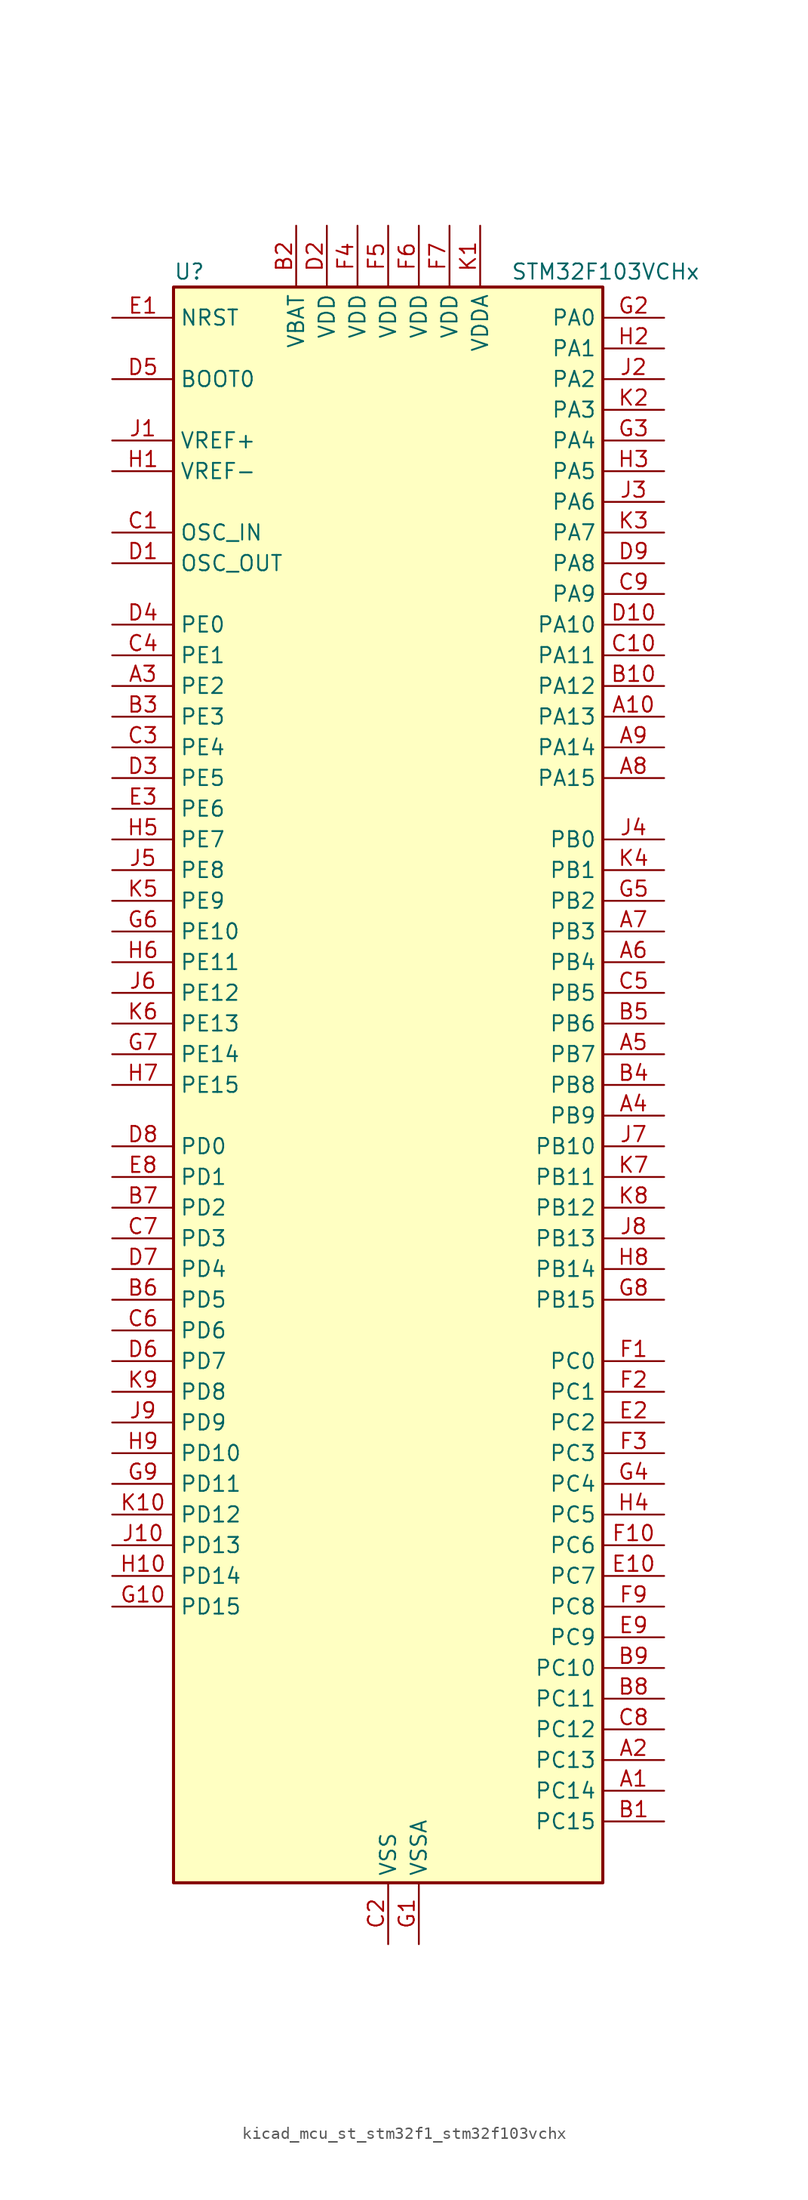
<source format=kicad_sym>
(kicad_symbol_lib
  (version 20220914)
  (generator kicad_symbol_editor)
  (symbol "kicad_mcu_st_stm32f1_stm32f103vchx"
    (property "Reference" "U"
      (at -17.78 67.31 0)
      (effects (font (size 1.27 1.27)) (justify left)))
    (property "Value" "STM32F103VCHx"
      (at 10.16 67.31 0)
      (effects (font (size 1.27 1.27)) (justify left)))
    (property "ki_locked" ""
      (at 0 0 0)
      (effects (font (size 1.27 1.27))))
    (symbol "kicad_mcu_st_stm32f1_stm32f103vchx_0_1"
      (rectangle (start -17.78 -66.04) (end 17.78 66.04) (stroke (width 0.254) (type default)) (fill (type background))))
    (symbol "kicad_mcu_st_stm32f1_stm32f103vchx_1_1"
      (pin bidirectional line (at 22.86 -58.42 180) (length 5.08) (name "PC14" (effects (font (size 1.27 1.27)))) (number "A1" (effects (font (size 1.27 1.27)))) (alternate "RCC_OSC32_IN" bidirectional line))
      (pin bidirectional line (at 22.86 30.48 180) (length 5.08) (name "PA13" (effects (font (size 1.27 1.27)))) (number "A10" (effects (font (size 1.27 1.27)))) (alternate "SYS_JTMS-SWDIO" bidirectional line))
      (pin bidirectional line (at 22.86 -55.88 180) (length 5.08) (name "PC13" (effects (font (size 1.27 1.27)))) (number "A2" (effects (font (size 1.27 1.27)))) (alternate "RTC_OUT" bidirectional line) (alternate "RTC_TAMPER" bidirectional line))
      (pin bidirectional line (at -22.86 33.02 0) (length 5.08) (name "PE2" (effects (font (size 1.27 1.27)))) (number "A3" (effects (font (size 1.27 1.27)))) (alternate "FSMC_A23" bidirectional line) (alternate "SYS_TRACECLK" bidirectional line))
      (pin bidirectional line (at 22.86 -2.54 180) (length 5.08) (name "PB9" (effects (font (size 1.27 1.27)))) (number "A4" (effects (font (size 1.27 1.27)))) (alternate "CAN_TX" bidirectional line) (alternate "DAC_EXTI9" bidirectional line) (alternate "I2C1_SDA" bidirectional line) (alternate "SDIO_D5" bidirectional line) (alternate "TIM4_CH4" bidirectional line))
      (pin bidirectional line (at 22.86 2.54 180) (length 5.08) (name "PB7" (effects (font (size 1.27 1.27)))) (number "A5" (effects (font (size 1.27 1.27)))) (alternate "FSMC_NL" bidirectional line) (alternate "I2C1_SDA" bidirectional line) (alternate "TIM4_CH2" bidirectional line) (alternate "USART1_RX" bidirectional line))
      (pin bidirectional line (at 22.86 10.16 180) (length 5.08) (name "PB4" (effects (font (size 1.27 1.27)))) (number "A6" (effects (font (size 1.27 1.27)))) (alternate "SPI1_MISO" bidirectional line) (alternate "SPI3_MISO" bidirectional line) (alternate "SYS_NJTRST" bidirectional line) (alternate "TIM3_CH1" bidirectional line))
      (pin bidirectional line (at 22.86 12.7 180) (length 5.08) (name "PB3" (effects (font (size 1.27 1.27)))) (number "A7" (effects (font (size 1.27 1.27)))) (alternate "I2S3_CK" bidirectional line) (alternate "SPI1_SCK" bidirectional line) (alternate "SPI3_SCK" bidirectional line) (alternate "SYS_JTDO-TRACESWO" bidirectional line) (alternate "TIM2_CH2" bidirectional line))
      (pin bidirectional line (at 22.86 25.4 180) (length 5.08) (name "PA15" (effects (font (size 1.27 1.27)))) (number "A8" (effects (font (size 1.27 1.27)))) (alternate "ADC1_EXTI15" bidirectional line) (alternate "ADC2_EXTI15" bidirectional line) (alternate "I2S3_WS" bidirectional line) (alternate "SPI1_NSS" bidirectional line) (alternate "SPI3_NSS" bidirectional line) (alternate "SYS_JTDI" bidirectional line) (alternate "TIM2_CH1" bidirectional line) (alternate "TIM2_ETR" bidirectional line))
      (pin bidirectional line (at 22.86 27.94 180) (length 5.08) (name "PA14" (effects (font (size 1.27 1.27)))) (number "A9" (effects (font (size 1.27 1.27)))) (alternate "SYS_JTCK-SWCLK" bidirectional line))
      (pin bidirectional line (at 22.86 -60.96 180) (length 5.08) (name "PC15" (effects (font (size 1.27 1.27)))) (number "B1" (effects (font (size 1.27 1.27)))) (alternate "ADC1_EXTI15" bidirectional line) (alternate "ADC2_EXTI15" bidirectional line) (alternate "RCC_OSC32_OUT" bidirectional line))
      (pin bidirectional line (at 22.86 33.02 180) (length 5.08) (name "PA12" (effects (font (size 1.27 1.27)))) (number "B10" (effects (font (size 1.27 1.27)))) (alternate "CAN_TX" bidirectional line) (alternate "TIM1_ETR" bidirectional line) (alternate "USART1_RTS" bidirectional line) (alternate "USB_DP" bidirectional line))
      (pin power_in line (at -7.62 71.12 270) (length 5.08) (name "VBAT" (effects (font (size 1.27 1.27)))) (number "B2" (effects (font (size 1.27 1.27)))))
      (pin bidirectional line (at -22.86 30.48 0) (length 5.08) (name "PE3" (effects (font (size 1.27 1.27)))) (number "B3" (effects (font (size 1.27 1.27)))) (alternate "FSMC_A19" bidirectional line) (alternate "SYS_TRACED0" bidirectional line))
      (pin bidirectional line (at 22.86 0 180) (length 5.08) (name "PB8" (effects (font (size 1.27 1.27)))) (number "B4" (effects (font (size 1.27 1.27)))) (alternate "CAN_RX" bidirectional line) (alternate "I2C1_SCL" bidirectional line) (alternate "SDIO_D4" bidirectional line) (alternate "TIM4_CH3" bidirectional line))
      (pin bidirectional line (at 22.86 5.08 180) (length 5.08) (name "PB6" (effects (font (size 1.27 1.27)))) (number "B5" (effects (font (size 1.27 1.27)))) (alternate "I2C1_SCL" bidirectional line) (alternate "TIM4_CH1" bidirectional line) (alternate "USART1_TX" bidirectional line))
      (pin bidirectional line (at -22.86 -17.78 0) (length 5.08) (name "PD5" (effects (font (size 1.27 1.27)))) (number "B6" (effects (font (size 1.27 1.27)))) (alternate "FSMC_NWE" bidirectional line) (alternate "USART2_TX" bidirectional line))
      (pin bidirectional line (at -22.86 -10.16 0) (length 5.08) (name "PD2" (effects (font (size 1.27 1.27)))) (number "B7" (effects (font (size 1.27 1.27)))) (alternate "SDIO_CMD" bidirectional line) (alternate "TIM3_ETR" bidirectional line) (alternate "UART5_RX" bidirectional line))
      (pin bidirectional line (at 22.86 -50.8 180) (length 5.08) (name "PC11" (effects (font (size 1.27 1.27)))) (number "B8" (effects (font (size 1.27 1.27)))) (alternate "ADC1_EXTI11" bidirectional line) (alternate "ADC2_EXTI11" bidirectional line) (alternate "SDIO_D3" bidirectional line) (alternate "UART4_RX" bidirectional line) (alternate "USART3_RX" bidirectional line))
      (pin bidirectional line (at 22.86 -48.26 180) (length 5.08) (name "PC10" (effects (font (size 1.27 1.27)))) (number "B9" (effects (font (size 1.27 1.27)))) (alternate "SDIO_D2" bidirectional line) (alternate "UART4_TX" bidirectional line) (alternate "USART3_TX" bidirectional line))
      (pin input line (at -22.86 45.72 0) (length 5.08) (name "OSC_IN" (effects (font (size 1.27 1.27)))) (number "C1" (effects (font (size 1.27 1.27)))) (alternate "RCC_OSC_IN" bidirectional line))
      (pin bidirectional line (at 22.86 35.56 180) (length 5.08) (name "PA11" (effects (font (size 1.27 1.27)))) (number "C10" (effects (font (size 1.27 1.27)))) (alternate "ADC1_EXTI11" bidirectional line) (alternate "ADC2_EXTI11" bidirectional line) (alternate "CAN_RX" bidirectional line) (alternate "TIM1_CH4" bidirectional line) (alternate "USART1_CTS" bidirectional line) (alternate "USB_DM" bidirectional line))
      (pin power_in line (at 0 -71.12 90) (length 5.08) (name "VSS" (effects (font (size 1.27 1.27)))) (number "C2" (effects (font (size 1.27 1.27)))))
      (pin bidirectional line (at -22.86 27.94 0) (length 5.08) (name "PE4" (effects (font (size 1.27 1.27)))) (number "C3" (effects (font (size 1.27 1.27)))) (alternate "FSMC_A20" bidirectional line) (alternate "SYS_TRACED1" bidirectional line))
      (pin bidirectional line (at -22.86 35.56 0) (length 5.08) (name "PE1" (effects (font (size 1.27 1.27)))) (number "C4" (effects (font (size 1.27 1.27)))) (alternate "FSMC_NBL1" bidirectional line))
      (pin bidirectional line (at 22.86 7.62 180) (length 5.08) (name "PB5" (effects (font (size 1.27 1.27)))) (number "C5" (effects (font (size 1.27 1.27)))) (alternate "I2C1_SMBA" bidirectional line) (alternate "I2S3_SD" bidirectional line) (alternate "SPI1_MOSI" bidirectional line) (alternate "SPI3_MOSI" bidirectional line) (alternate "TIM3_CH2" bidirectional line))
      (pin bidirectional line (at -22.86 -20.32 0) (length 5.08) (name "PD6" (effects (font (size 1.27 1.27)))) (number "C6" (effects (font (size 1.27 1.27)))) (alternate "FSMC_NWAIT" bidirectional line) (alternate "USART2_RX" bidirectional line))
      (pin bidirectional line (at -22.86 -12.7 0) (length 5.08) (name "PD3" (effects (font (size 1.27 1.27)))) (number "C7" (effects (font (size 1.27 1.27)))) (alternate "FSMC_CLK" bidirectional line) (alternate "USART2_CTS" bidirectional line))
      (pin bidirectional line (at 22.86 -53.34 180) (length 5.08) (name "PC12" (effects (font (size 1.27 1.27)))) (number "C8" (effects (font (size 1.27 1.27)))) (alternate "SDIO_CK" bidirectional line) (alternate "UART5_TX" bidirectional line) (alternate "USART3_CK" bidirectional line))
      (pin bidirectional line (at 22.86 40.64 180) (length 5.08) (name "PA9" (effects (font (size 1.27 1.27)))) (number "C9" (effects (font (size 1.27 1.27)))) (alternate "DAC_EXTI9" bidirectional line) (alternate "TIM1_CH2" bidirectional line) (alternate "USART1_TX" bidirectional line))
      (pin input line (at -22.86 43.18 0) (length 5.08) (name "OSC_OUT" (effects (font (size 1.27 1.27)))) (number "D1" (effects (font (size 1.27 1.27)))) (alternate "RCC_OSC_OUT" bidirectional line))
      (pin bidirectional line (at 22.86 38.1 180) (length 5.08) (name "PA10" (effects (font (size 1.27 1.27)))) (number "D10" (effects (font (size 1.27 1.27)))) (alternate "TIM1_CH3" bidirectional line) (alternate "USART1_RX" bidirectional line))
      (pin power_in line (at -5.08 71.12 270) (length 5.08) (name "VDD" (effects (font (size 1.27 1.27)))) (number "D2" (effects (font (size 1.27 1.27)))))
      (pin bidirectional line (at -22.86 25.4 0) (length 5.08) (name "PE5" (effects (font (size 1.27 1.27)))) (number "D3" (effects (font (size 1.27 1.27)))) (alternate "FSMC_A21" bidirectional line) (alternate "SYS_TRACED2" bidirectional line))
      (pin bidirectional line (at -22.86 38.1 0) (length 5.08) (name "PE0" (effects (font (size 1.27 1.27)))) (number "D4" (effects (font (size 1.27 1.27)))) (alternate "FSMC_NBL0" bidirectional line) (alternate "TIM4_ETR" bidirectional line))
      (pin input line (at -22.86 58.42 0) (length 5.08) (name "BOOT0" (effects (font (size 1.27 1.27)))) (number "D5" (effects (font (size 1.27 1.27)))))
      (pin bidirectional line (at -22.86 -22.86 0) (length 5.08) (name "PD7" (effects (font (size 1.27 1.27)))) (number "D6" (effects (font (size 1.27 1.27)))) (alternate "FSMC_NCE2" bidirectional line) (alternate "FSMC_NE1" bidirectional line) (alternate "USART2_CK" bidirectional line))
      (pin bidirectional line (at -22.86 -15.24 0) (length 5.08) (name "PD4" (effects (font (size 1.27 1.27)))) (number "D7" (effects (font (size 1.27 1.27)))) (alternate "FSMC_NOE" bidirectional line) (alternate "USART2_RTS" bidirectional line))
      (pin bidirectional line (at -22.86 -5.08 0) (length 5.08) (name "PD0" (effects (font (size 1.27 1.27)))) (number "D8" (effects (font (size 1.27 1.27)))) (alternate "CAN_RX" bidirectional line) (alternate "FSMC_D2" bidirectional line) (alternate "FSMC_DA2" bidirectional line))
      (pin bidirectional line (at 22.86 43.18 180) (length 5.08) (name "PA8" (effects (font (size 1.27 1.27)))) (number "D9" (effects (font (size 1.27 1.27)))) (alternate "RCC_MCO" bidirectional line) (alternate "TIM1_CH1" bidirectional line) (alternate "USART1_CK" bidirectional line))
      (pin input line (at -22.86 63.5 0) (length 5.08) (name "NRST" (effects (font (size 1.27 1.27)))) (number "E1" (effects (font (size 1.27 1.27)))))
      (pin bidirectional line (at 22.86 -40.64 180) (length 5.08) (name "PC7" (effects (font (size 1.27 1.27)))) (number "E10" (effects (font (size 1.27 1.27)))) (alternate "I2S3_MCK" bidirectional line) (alternate "SDIO_D7" bidirectional line) (alternate "TIM3_CH2" bidirectional line) (alternate "TIM8_CH2" bidirectional line))
      (pin bidirectional line (at 22.86 -27.94 180) (length 5.08) (name "PC2" (effects (font (size 1.27 1.27)))) (number "E2" (effects (font (size 1.27 1.27)))) (alternate "ADC1_IN12" bidirectional line) (alternate "ADC2_IN12" bidirectional line) (alternate "ADC3_IN12" bidirectional line))
      (pin bidirectional line (at -22.86 22.86 0) (length 5.08) (name "PE6" (effects (font (size 1.27 1.27)))) (number "E3" (effects (font (size 1.27 1.27)))) (alternate "FSMC_A22" bidirectional line) (alternate "SYS_TRACED3" bidirectional line))
      (pin passive line (at 0 -71.12 90) (length 5.08) hide (name "VSS" (effects (font (size 1.27 1.27)))) (number "E4" (effects (font (size 1.27 1.27)))))
      (pin passive line (at 0 -71.12 90) (length 5.08) hide (name "VSS" (effects (font (size 1.27 1.27)))) (number "E5" (effects (font (size 1.27 1.27)))))
      (pin passive line (at 0 -71.12 90) (length 5.08) hide (name "VSS" (effects (font (size 1.27 1.27)))) (number "E6" (effects (font (size 1.27 1.27)))))
      (pin passive line (at 0 -71.12 90) (length 5.08) hide (name "VSS" (effects (font (size 1.27 1.27)))) (number "E7" (effects (font (size 1.27 1.27)))))
      (pin bidirectional line (at -22.86 -7.62 0) (length 5.08) (name "PD1" (effects (font (size 1.27 1.27)))) (number "E8" (effects (font (size 1.27 1.27)))) (alternate "CAN_TX" bidirectional line) (alternate "FSMC_D3" bidirectional line) (alternate "FSMC_DA3" bidirectional line))
      (pin bidirectional line (at 22.86 -45.72 180) (length 5.08) (name "PC9" (effects (font (size 1.27 1.27)))) (number "E9" (effects (font (size 1.27 1.27)))) (alternate "DAC_EXTI9" bidirectional line) (alternate "SDIO_D1" bidirectional line) (alternate "TIM3_CH4" bidirectional line) (alternate "TIM8_CH4" bidirectional line))
      (pin bidirectional line (at 22.86 -22.86 180) (length 5.08) (name "PC0" (effects (font (size 1.27 1.27)))) (number "F1" (effects (font (size 1.27 1.27)))) (alternate "ADC1_IN10" bidirectional line) (alternate "ADC2_IN10" bidirectional line) (alternate "ADC3_IN10" bidirectional line))
      (pin bidirectional line (at 22.86 -38.1 180) (length 5.08) (name "PC6" (effects (font (size 1.27 1.27)))) (number "F10" (effects (font (size 1.27 1.27)))) (alternate "I2S2_MCK" bidirectional line) (alternate "SDIO_D6" bidirectional line) (alternate "TIM3_CH1" bidirectional line) (alternate "TIM8_CH1" bidirectional line))
      (pin bidirectional line (at 22.86 -25.4 180) (length 5.08) (name "PC1" (effects (font (size 1.27 1.27)))) (number "F2" (effects (font (size 1.27 1.27)))) (alternate "ADC1_IN11" bidirectional line) (alternate "ADC2_IN11" bidirectional line) (alternate "ADC3_IN11" bidirectional line))
      (pin bidirectional line (at 22.86 -30.48 180) (length 5.08) (name "PC3" (effects (font (size 1.27 1.27)))) (number "F3" (effects (font (size 1.27 1.27)))) (alternate "ADC1_IN13" bidirectional line) (alternate "ADC2_IN13" bidirectional line) (alternate "ADC3_IN13" bidirectional line))
      (pin power_in line (at -2.54 71.12 270) (length 5.08) (name "VDD" (effects (font (size 1.27 1.27)))) (number "F4" (effects (font (size 1.27 1.27)))))
      (pin power_in line (at 0 71.12 270) (length 5.08) (name "VDD" (effects (font (size 1.27 1.27)))) (number "F5" (effects (font (size 1.27 1.27)))))
      (pin power_in line (at 2.54 71.12 270) (length 5.08) (name "VDD" (effects (font (size 1.27 1.27)))) (number "F6" (effects (font (size 1.27 1.27)))))
      (pin power_in line (at 5.08 71.12 270) (length 5.08) (name "VDD" (effects (font (size 1.27 1.27)))) (number "F7" (effects (font (size 1.27 1.27)))))
      (pin no_connect line (at -17.78 -66.04 0) (length 5.08) hide (name "NC" (effects (font (size 1.27 1.27)))) (number "F8" (effects (font (size 1.27 1.27)))))
      (pin bidirectional line (at 22.86 -43.18 180) (length 5.08) (name "PC8" (effects (font (size 1.27 1.27)))) (number "F9" (effects (font (size 1.27 1.27)))) (alternate "SDIO_D0" bidirectional line) (alternate "TIM3_CH3" bidirectional line) (alternate "TIM8_CH3" bidirectional line))
      (pin power_in line (at 2.54 -71.12 90) (length 5.08) (name "VSSA" (effects (font (size 1.27 1.27)))) (number "G1" (effects (font (size 1.27 1.27)))))
      (pin bidirectional line (at -22.86 -43.18 0) (length 5.08) (name "PD15" (effects (font (size 1.27 1.27)))) (number "G10" (effects (font (size 1.27 1.27)))) (alternate "ADC1_EXTI15" bidirectional line) (alternate "ADC2_EXTI15" bidirectional line) (alternate "FSMC_D1" bidirectional line) (alternate "FSMC_DA1" bidirectional line) (alternate "TIM4_CH4" bidirectional line))
      (pin bidirectional line (at 22.86 63.5 180) (length 5.08) (name "PA0" (effects (font (size 1.27 1.27)))) (number "G2" (effects (font (size 1.27 1.27)))) (alternate "ADC1_IN0" bidirectional line) (alternate "ADC2_IN0" bidirectional line) (alternate "ADC3_IN0" bidirectional line) (alternate "SYS_WKUP" bidirectional line) (alternate "TIM2_CH1" bidirectional line) (alternate "TIM2_ETR" bidirectional line) (alternate "TIM5_CH1" bidirectional line) (alternate "TIM8_ETR" bidirectional line) (alternate "USART2_CTS" bidirectional line))
      (pin bidirectional line (at 22.86 53.34 180) (length 5.08) (name "PA4" (effects (font (size 1.27 1.27)))) (number "G3" (effects (font (size 1.27 1.27)))) (alternate "ADC1_IN4" bidirectional line) (alternate "ADC2_IN4" bidirectional line) (alternate "DAC_OUT1" bidirectional line) (alternate "SPI1_NSS" bidirectional line) (alternate "USART2_CK" bidirectional line))
      (pin bidirectional line (at 22.86 -33.02 180) (length 5.08) (name "PC4" (effects (font (size 1.27 1.27)))) (number "G4" (effects (font (size 1.27 1.27)))) (alternate "ADC1_IN14" bidirectional line) (alternate "ADC2_IN14" bidirectional line))
      (pin bidirectional line (at 22.86 15.24 180) (length 5.08) (name "PB2" (effects (font (size 1.27 1.27)))) (number "G5" (effects (font (size 1.27 1.27)))))
      (pin bidirectional line (at -22.86 12.7 0) (length 5.08) (name "PE10" (effects (font (size 1.27 1.27)))) (number "G6" (effects (font (size 1.27 1.27)))) (alternate "FSMC_D7" bidirectional line) (alternate "FSMC_DA7" bidirectional line) (alternate "TIM1_CH2N" bidirectional line))
      (pin bidirectional line (at -22.86 2.54 0) (length 5.08) (name "PE14" (effects (font (size 1.27 1.27)))) (number "G7" (effects (font (size 1.27 1.27)))) (alternate "FSMC_D11" bidirectional line) (alternate "FSMC_DA11" bidirectional line) (alternate "TIM1_CH4" bidirectional line))
      (pin bidirectional line (at 22.86 -17.78 180) (length 5.08) (name "PB15" (effects (font (size 1.27 1.27)))) (number "G8" (effects (font (size 1.27 1.27)))) (alternate "ADC1_EXTI15" bidirectional line) (alternate "ADC2_EXTI15" bidirectional line) (alternate "I2S2_SD" bidirectional line) (alternate "SPI2_MOSI" bidirectional line) (alternate "TIM1_CH3N" bidirectional line))
      (pin bidirectional line (at -22.86 -33.02 0) (length 5.08) (name "PD11" (effects (font (size 1.27 1.27)))) (number "G9" (effects (font (size 1.27 1.27)))) (alternate "ADC1_EXTI11" bidirectional line) (alternate "ADC2_EXTI11" bidirectional line) (alternate "FSMC_A16" bidirectional line) (alternate "FSMC_CLE" bidirectional line) (alternate "USART3_CTS" bidirectional line))
      (pin input line (at -22.86 50.8 0) (length 5.08) (name "VREF-" (effects (font (size 1.27 1.27)))) (number "H1" (effects (font (size 1.27 1.27)))))
      (pin bidirectional line (at -22.86 -40.64 0) (length 5.08) (name "PD14" (effects (font (size 1.27 1.27)))) (number "H10" (effects (font (size 1.27 1.27)))) (alternate "FSMC_D0" bidirectional line) (alternate "FSMC_DA0" bidirectional line) (alternate "TIM4_CH3" bidirectional line))
      (pin bidirectional line (at 22.86 60.96 180) (length 5.08) (name "PA1" (effects (font (size 1.27 1.27)))) (number "H2" (effects (font (size 1.27 1.27)))) (alternate "ADC1_IN1" bidirectional line) (alternate "ADC2_IN1" bidirectional line) (alternate "ADC3_IN1" bidirectional line) (alternate "TIM2_CH2" bidirectional line) (alternate "TIM5_CH2" bidirectional line) (alternate "USART2_RTS" bidirectional line))
      (pin bidirectional line (at 22.86 50.8 180) (length 5.08) (name "PA5" (effects (font (size 1.27 1.27)))) (number "H3" (effects (font (size 1.27 1.27)))) (alternate "ADC1_IN5" bidirectional line) (alternate "ADC2_IN5" bidirectional line) (alternate "DAC_OUT2" bidirectional line) (alternate "SPI1_SCK" bidirectional line))
      (pin bidirectional line (at 22.86 -35.56 180) (length 5.08) (name "PC5" (effects (font (size 1.27 1.27)))) (number "H4" (effects (font (size 1.27 1.27)))) (alternate "ADC1_IN15" bidirectional line) (alternate "ADC2_IN15" bidirectional line))
      (pin bidirectional line (at -22.86 20.32 0) (length 5.08) (name "PE7" (effects (font (size 1.27 1.27)))) (number "H5" (effects (font (size 1.27 1.27)))) (alternate "FSMC_D4" bidirectional line) (alternate "FSMC_DA4" bidirectional line) (alternate "TIM1_ETR" bidirectional line))
      (pin bidirectional line (at -22.86 10.16 0) (length 5.08) (name "PE11" (effects (font (size 1.27 1.27)))) (number "H6" (effects (font (size 1.27 1.27)))) (alternate "ADC1_EXTI11" bidirectional line) (alternate "ADC2_EXTI11" bidirectional line) (alternate "FSMC_D8" bidirectional line) (alternate "FSMC_DA8" bidirectional line) (alternate "TIM1_CH2" bidirectional line))
      (pin bidirectional line (at -22.86 0 0) (length 5.08) (name "PE15" (effects (font (size 1.27 1.27)))) (number "H7" (effects (font (size 1.27 1.27)))) (alternate "ADC1_EXTI15" bidirectional line) (alternate "ADC2_EXTI15" bidirectional line) (alternate "FSMC_D12" bidirectional line) (alternate "FSMC_DA12" bidirectional line) (alternate "TIM1_BKIN" bidirectional line))
      (pin bidirectional line (at 22.86 -15.24 180) (length 5.08) (name "PB14" (effects (font (size 1.27 1.27)))) (number "H8" (effects (font (size 1.27 1.27)))) (alternate "SPI2_MISO" bidirectional line) (alternate "TIM1_CH2N" bidirectional line) (alternate "USART3_RTS" bidirectional line))
      (pin bidirectional line (at -22.86 -30.48 0) (length 5.08) (name "PD10" (effects (font (size 1.27 1.27)))) (number "H9" (effects (font (size 1.27 1.27)))) (alternate "FSMC_D15" bidirectional line) (alternate "FSMC_DA15" bidirectional line) (alternate "USART3_CK" bidirectional line))
      (pin input line (at -22.86 53.34 0) (length 5.08) (name "VREF+" (effects (font (size 1.27 1.27)))) (number "J1" (effects (font (size 1.27 1.27)))))
      (pin bidirectional line (at -22.86 -38.1 0) (length 5.08) (name "PD13" (effects (font (size 1.27 1.27)))) (number "J10" (effects (font (size 1.27 1.27)))) (alternate "FSMC_A18" bidirectional line) (alternate "TIM4_CH2" bidirectional line))
      (pin bidirectional line (at 22.86 58.42 180) (length 5.08) (name "PA2" (effects (font (size 1.27 1.27)))) (number "J2" (effects (font (size 1.27 1.27)))) (alternate "ADC1_IN2" bidirectional line) (alternate "ADC2_IN2" bidirectional line) (alternate "ADC3_IN2" bidirectional line) (alternate "TIM2_CH3" bidirectional line) (alternate "TIM5_CH3" bidirectional line) (alternate "USART2_TX" bidirectional line))
      (pin bidirectional line (at 22.86 48.26 180) (length 5.08) (name "PA6" (effects (font (size 1.27 1.27)))) (number "J3" (effects (font (size 1.27 1.27)))) (alternate "ADC1_IN6" bidirectional line) (alternate "ADC2_IN6" bidirectional line) (alternate "SPI1_MISO" bidirectional line) (alternate "TIM1_BKIN" bidirectional line) (alternate "TIM3_CH1" bidirectional line) (alternate "TIM8_BKIN" bidirectional line))
      (pin bidirectional line (at 22.86 20.32 180) (length 5.08) (name "PB0" (effects (font (size 1.27 1.27)))) (number "J4" (effects (font (size 1.27 1.27)))) (alternate "ADC1_IN8" bidirectional line) (alternate "ADC2_IN8" bidirectional line) (alternate "TIM1_CH2N" bidirectional line) (alternate "TIM3_CH3" bidirectional line) (alternate "TIM8_CH2N" bidirectional line))
      (pin bidirectional line (at -22.86 17.78 0) (length 5.08) (name "PE8" (effects (font (size 1.27 1.27)))) (number "J5" (effects (font (size 1.27 1.27)))) (alternate "FSMC_D5" bidirectional line) (alternate "FSMC_DA5" bidirectional line) (alternate "TIM1_CH1N" bidirectional line))
      (pin bidirectional line (at -22.86 7.62 0) (length 5.08) (name "PE12" (effects (font (size 1.27 1.27)))) (number "J6" (effects (font (size 1.27 1.27)))) (alternate "FSMC_D9" bidirectional line) (alternate "FSMC_DA9" bidirectional line) (alternate "TIM1_CH3N" bidirectional line))
      (pin bidirectional line (at 22.86 -5.08 180) (length 5.08) (name "PB10" (effects (font (size 1.27 1.27)))) (number "J7" (effects (font (size 1.27 1.27)))) (alternate "I2C2_SCL" bidirectional line) (alternate "TIM2_CH3" bidirectional line) (alternate "USART3_TX" bidirectional line))
      (pin bidirectional line (at 22.86 -12.7 180) (length 5.08) (name "PB13" (effects (font (size 1.27 1.27)))) (number "J8" (effects (font (size 1.27 1.27)))) (alternate "I2S2_CK" bidirectional line) (alternate "SPI2_SCK" bidirectional line) (alternate "TIM1_CH1N" bidirectional line) (alternate "USART3_CTS" bidirectional line))
      (pin bidirectional line (at -22.86 -27.94 0) (length 5.08) (name "PD9" (effects (font (size 1.27 1.27)))) (number "J9" (effects (font (size 1.27 1.27)))) (alternate "DAC_EXTI9" bidirectional line) (alternate "FSMC_D14" bidirectional line) (alternate "FSMC_DA14" bidirectional line) (alternate "USART3_RX" bidirectional line))
      (pin power_in line (at 7.62 71.12 270) (length 5.08) (name "VDDA" (effects (font (size 1.27 1.27)))) (number "K1" (effects (font (size 1.27 1.27)))))
      (pin bidirectional line (at -22.86 -35.56 0) (length 5.08) (name "PD12" (effects (font (size 1.27 1.27)))) (number "K10" (effects (font (size 1.27 1.27)))) (alternate "FSMC_A17" bidirectional line) (alternate "FSMC_ALE" bidirectional line) (alternate "TIM4_CH1" bidirectional line) (alternate "USART3_RTS" bidirectional line))
      (pin bidirectional line (at 22.86 55.88 180) (length 5.08) (name "PA3" (effects (font (size 1.27 1.27)))) (number "K2" (effects (font (size 1.27 1.27)))) (alternate "ADC1_IN3" bidirectional line) (alternate "ADC2_IN3" bidirectional line) (alternate "ADC3_IN3" bidirectional line) (alternate "TIM2_CH4" bidirectional line) (alternate "TIM5_CH4" bidirectional line) (alternate "USART2_RX" bidirectional line))
      (pin bidirectional line (at 22.86 45.72 180) (length 5.08) (name "PA7" (effects (font (size 1.27 1.27)))) (number "K3" (effects (font (size 1.27 1.27)))) (alternate "ADC1_IN7" bidirectional line) (alternate "ADC2_IN7" bidirectional line) (alternate "SPI1_MOSI" bidirectional line) (alternate "TIM1_CH1N" bidirectional line) (alternate "TIM3_CH2" bidirectional line) (alternate "TIM8_CH1N" bidirectional line))
      (pin bidirectional line (at 22.86 17.78 180) (length 5.08) (name "PB1" (effects (font (size 1.27 1.27)))) (number "K4" (effects (font (size 1.27 1.27)))) (alternate "ADC1_IN9" bidirectional line) (alternate "ADC2_IN9" bidirectional line) (alternate "TIM1_CH3N" bidirectional line) (alternate "TIM3_CH4" bidirectional line) (alternate "TIM8_CH3N" bidirectional line))
      (pin bidirectional line (at -22.86 15.24 0) (length 5.08) (name "PE9" (effects (font (size 1.27 1.27)))) (number "K5" (effects (font (size 1.27 1.27)))) (alternate "DAC_EXTI9" bidirectional line) (alternate "FSMC_D6" bidirectional line) (alternate "FSMC_DA6" bidirectional line) (alternate "TIM1_CH1" bidirectional line))
      (pin bidirectional line (at -22.86 5.08 0) (length 5.08) (name "PE13" (effects (font (size 1.27 1.27)))) (number "K6" (effects (font (size 1.27 1.27)))) (alternate "FSMC_D10" bidirectional line) (alternate "FSMC_DA10" bidirectional line) (alternate "TIM1_CH3" bidirectional line))
      (pin bidirectional line (at 22.86 -7.62 180) (length 5.08) (name "PB11" (effects (font (size 1.27 1.27)))) (number "K7" (effects (font (size 1.27 1.27)))) (alternate "ADC1_EXTI11" bidirectional line) (alternate "ADC2_EXTI11" bidirectional line) (alternate "I2C2_SDA" bidirectional line) (alternate "TIM2_CH4" bidirectional line) (alternate "USART3_RX" bidirectional line))
      (pin bidirectional line (at 22.86 -10.16 180) (length 5.08) (name "PB12" (effects (font (size 1.27 1.27)))) (number "K8" (effects (font (size 1.27 1.27)))) (alternate "I2C2_SMBA" bidirectional line) (alternate "I2S2_WS" bidirectional line) (alternate "SPI2_NSS" bidirectional line) (alternate "TIM1_BKIN" bidirectional line) (alternate "USART3_CK" bidirectional line))
      (pin bidirectional line (at -22.86 -25.4 0) (length 5.08) (name "PD8" (effects (font (size 1.27 1.27)))) (number "K9" (effects (font (size 1.27 1.27)))) (alternate "FSMC_D13" bidirectional line) (alternate "FSMC_DA13" bidirectional line) (alternate "USART3_TX" bidirectional line)))))
</source>
